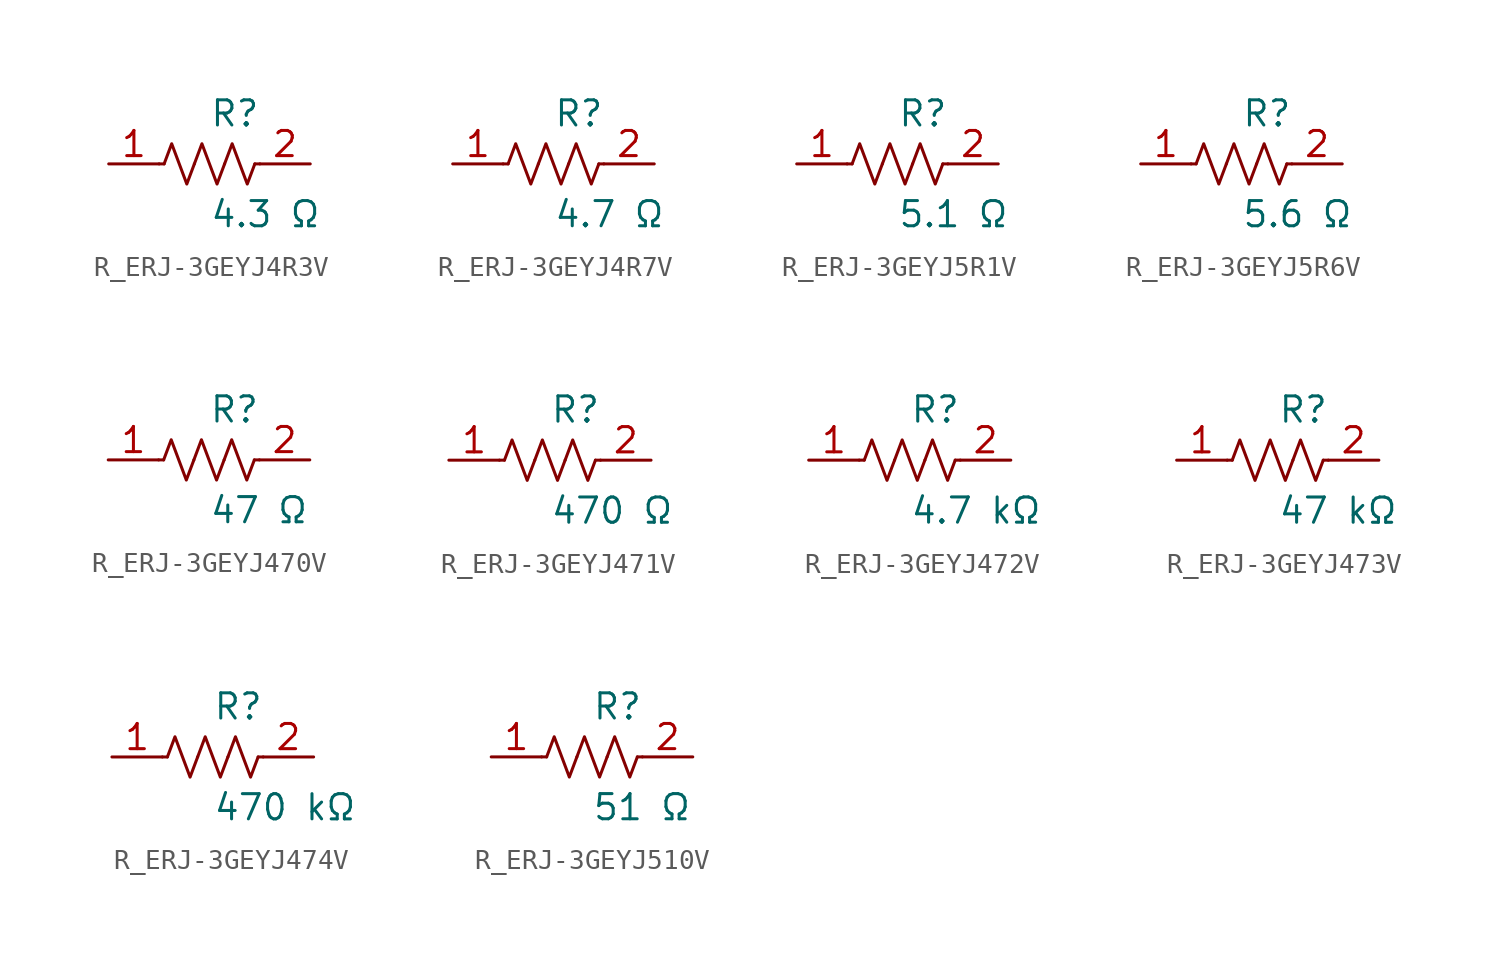
<source format=kicad_sym>
(kicad_symbol_lib
  (version 20231120)
  (generator kicad_symbol_editor)
  (generator_version 8.0)
  (symbol "R_ERJ-3GEYJ4R3V"
    (pin_names
      (offset 0.254))
    (property "Reference" "R"
      (at 0 2.54 0)
      (effects (font (size 1.27 1.27)) (justify left)))
    (property "Value" "4.3 Ω"
      (at 0 -2.54 0)
      (effects (font (size 1.27 1.27)) (justify left)))
    (symbol "R_ERJ-3GEYJ4R3V_0_1"
      (polyline (pts (xy 2.286 0) (xy 2.54 0)) (stroke (width 0) (type default)) (fill (type none)))
      (polyline (pts (xy -2.286 0) (xy -2.54 0)) (stroke (width 0) (type default)) (fill (type none)))
      (polyline (pts (xy 0.762 0) (xy 1.143 1.016) (xy 1.524 0) (xy 1.905 -1.016) (xy 2.286 0)) (stroke (width 0) (type default)) (fill (type none)))
      (polyline (pts (xy -0.762 0) (xy -0.381 1.016) (xy 0 0) (xy 0.381 -1.016) (xy 0.762 0)) (stroke (width 0) (type default)) (fill (type none)))
      (polyline (pts (xy -2.286 0) (xy -1.905 1.016) (xy -1.524 0) (xy -1.143 -1.016) (xy -0.762 0)) (stroke (width 0) (type default)) (fill (type none))))
    (pin passive line
      (at -5.08 0 0)
      (length 2.54)
      (name "" (effects (font (size 1.27 1.27))))
      (number "1" (effects (font (size 1.27 1.27)))))
    (pin passive line
      (at 5.08 0 180)
      (length 2.54)
      (name "" (effects (font (size 1.27 1.27))))
      (number "2" (effects (font (size 1.27 1.27))))))
  (symbol "R_ERJ-3GEYJ4R7V"
    (pin_names
      (offset 0.254))
    (property "Reference" "R"
      (at 0 2.54 0)
      (effects (font (size 1.27 1.27)) (justify left)))
    (property "Value" "4.7 Ω"
      (at 0 -2.54 0)
      (effects (font (size 1.27 1.27)) (justify left)))
    (symbol "R_ERJ-3GEYJ4R7V_0_1"
      (polyline (pts (xy 2.286 0) (xy 2.54 0)) (stroke (width 0) (type default)) (fill (type none)))
      (polyline (pts (xy -2.286 0) (xy -2.54 0)) (stroke (width 0) (type default)) (fill (type none)))
      (polyline (pts (xy 0.762 0) (xy 1.143 1.016) (xy 1.524 0) (xy 1.905 -1.016) (xy 2.286 0)) (stroke (width 0) (type default)) (fill (type none)))
      (polyline (pts (xy -0.762 0) (xy -0.381 1.016) (xy 0 0) (xy 0.381 -1.016) (xy 0.762 0)) (stroke (width 0) (type default)) (fill (type none)))
      (polyline (pts (xy -2.286 0) (xy -1.905 1.016) (xy -1.524 0) (xy -1.143 -1.016) (xy -0.762 0)) (stroke (width 0) (type default)) (fill (type none))))
    (pin passive line
      (at -5.08 0 0)
      (length 2.54)
      (name "" (effects (font (size 1.27 1.27))))
      (number "1" (effects (font (size 1.27 1.27)))))
    (pin passive line
      (at 5.08 0 180)
      (length 2.54)
      (name "" (effects (font (size 1.27 1.27))))
      (number "2" (effects (font (size 1.27 1.27))))))
  (symbol "R_ERJ-3GEYJ5R1V"
    (pin_names
      (offset 0.254))
    (property "Reference" "R"
      (at 0 2.54 0)
      (effects (font (size 1.27 1.27)) (justify left)))
    (property "Value" "5.1 Ω"
      (at 0 -2.54 0)
      (effects (font (size 1.27 1.27)) (justify left)))
    (symbol "R_ERJ-3GEYJ5R1V_0_1"
      (polyline (pts (xy 2.286 0) (xy 2.54 0)) (stroke (width 0) (type default)) (fill (type none)))
      (polyline (pts (xy -2.286 0) (xy -2.54 0)) (stroke (width 0) (type default)) (fill (type none)))
      (polyline (pts (xy 0.762 0) (xy 1.143 1.016) (xy 1.524 0) (xy 1.905 -1.016) (xy 2.286 0)) (stroke (width 0) (type default)) (fill (type none)))
      (polyline (pts (xy -0.762 0) (xy -0.381 1.016) (xy 0 0) (xy 0.381 -1.016) (xy 0.762 0)) (stroke (width 0) (type default)) (fill (type none)))
      (polyline (pts (xy -2.286 0) (xy -1.905 1.016) (xy -1.524 0) (xy -1.143 -1.016) (xy -0.762 0)) (stroke (width 0) (type default)) (fill (type none))))
    (pin passive line
      (at -5.08 0 0)
      (length 2.54)
      (name "" (effects (font (size 1.27 1.27))))
      (number "1" (effects (font (size 1.27 1.27)))))
    (pin passive line
      (at 5.08 0 180)
      (length 2.54)
      (name "" (effects (font (size 1.27 1.27))))
      (number "2" (effects (font (size 1.27 1.27))))))
  (symbol "R_ERJ-3GEYJ5R6V"
    (pin_names
      (offset 0.254))
    (property "Reference" "R"
      (at 0 2.54 0)
      (effects (font (size 1.27 1.27)) (justify left)))
    (property "Value" "5.6 Ω"
      (at 0 -2.54 0)
      (effects (font (size 1.27 1.27)) (justify left)))
    (symbol "R_ERJ-3GEYJ5R6V_0_1"
      (polyline (pts (xy 2.286 0) (xy 2.54 0)) (stroke (width 0) (type default)) (fill (type none)))
      (polyline (pts (xy -2.286 0) (xy -2.54 0)) (stroke (width 0) (type default)) (fill (type none)))
      (polyline (pts (xy 0.762 0) (xy 1.143 1.016) (xy 1.524 0) (xy 1.905 -1.016) (xy 2.286 0)) (stroke (width 0) (type default)) (fill (type none)))
      (polyline (pts (xy -0.762 0) (xy -0.381 1.016) (xy 0 0) (xy 0.381 -1.016) (xy 0.762 0)) (stroke (width 0) (type default)) (fill (type none)))
      (polyline (pts (xy -2.286 0) (xy -1.905 1.016) (xy -1.524 0) (xy -1.143 -1.016) (xy -0.762 0)) (stroke (width 0) (type default)) (fill (type none))))
    (pin passive line
      (at -5.08 0 0)
      (length 2.54)
      (name "" (effects (font (size 1.27 1.27))))
      (number "1" (effects (font (size 1.27 1.27)))))
    (pin passive line
      (at 5.08 0 180)
      (length 2.54)
      (name "" (effects (font (size 1.27 1.27))))
      (number "2" (effects (font (size 1.27 1.27))))))
  (symbol "R_ERJ-3GEYJ470V"
    (pin_names
      (offset 0.254))
    (property "Reference" "R"
      (at 0 2.54 0)
      (effects (font (size 1.27 1.27)) (justify left)))
    (property "Value" "47 Ω"
      (at 0 -2.54 0)
      (effects (font (size 1.27 1.27)) (justify left)))
    (symbol "R_ERJ-3GEYJ470V_0_1"
      (polyline (pts (xy 2.286 0) (xy 2.54 0)) (stroke (width 0) (type default)) (fill (type none)))
      (polyline (pts (xy -2.286 0) (xy -2.54 0)) (stroke (width 0) (type default)) (fill (type none)))
      (polyline (pts (xy 0.762 0) (xy 1.143 1.016) (xy 1.524 0) (xy 1.905 -1.016) (xy 2.286 0)) (stroke (width 0) (type default)) (fill (type none)))
      (polyline (pts (xy -0.762 0) (xy -0.381 1.016) (xy 0 0) (xy 0.381 -1.016) (xy 0.762 0)) (stroke (width 0) (type default)) (fill (type none)))
      (polyline (pts (xy -2.286 0) (xy -1.905 1.016) (xy -1.524 0) (xy -1.143 -1.016) (xy -0.762 0)) (stroke (width 0) (type default)) (fill (type none))))
    (pin passive line
      (at -5.08 0 0)
      (length 2.54)
      (name "" (effects (font (size 1.27 1.27))))
      (number "1" (effects (font (size 1.27 1.27)))))
    (pin passive line
      (at 5.08 0 180)
      (length 2.54)
      (name "" (effects (font (size 1.27 1.27))))
      (number "2" (effects (font (size 1.27 1.27))))))
  (symbol "R_ERJ-3GEYJ471V"
    (pin_names
      (offset 0.254))
    (property "Reference" "R"
      (at 0 2.54 0)
      (effects (font (size 1.27 1.27)) (justify left)))
    (property "Value" "470 Ω"
      (at 0 -2.54 0)
      (effects (font (size 1.27 1.27)) (justify left)))
    (symbol "R_ERJ-3GEYJ471V_0_1"
      (polyline (pts (xy 2.286 0) (xy 2.54 0)) (stroke (width 0) (type default)) (fill (type none)))
      (polyline (pts (xy -2.286 0) (xy -2.54 0)) (stroke (width 0) (type default)) (fill (type none)))
      (polyline (pts (xy 0.762 0) (xy 1.143 1.016) (xy 1.524 0) (xy 1.905 -1.016) (xy 2.286 0)) (stroke (width 0) (type default)) (fill (type none)))
      (polyline (pts (xy -0.762 0) (xy -0.381 1.016) (xy 0 0) (xy 0.381 -1.016) (xy 0.762 0)) (stroke (width 0) (type default)) (fill (type none)))
      (polyline (pts (xy -2.286 0) (xy -1.905 1.016) (xy -1.524 0) (xy -1.143 -1.016) (xy -0.762 0)) (stroke (width 0) (type default)) (fill (type none))))
    (pin passive line
      (at -5.08 0 0)
      (length 2.54)
      (name "" (effects (font (size 1.27 1.27))))
      (number "1" (effects (font (size 1.27 1.27)))))
    (pin passive line
      (at 5.08 0 180)
      (length 2.54)
      (name "" (effects (font (size 1.27 1.27))))
      (number "2" (effects (font (size 1.27 1.27))))))
  (symbol "R_ERJ-3GEYJ472V"
    (pin_names
      (offset 0.254))
    (property "Reference" "R"
      (at 0 2.54 0)
      (effects (font (size 1.27 1.27)) (justify left)))
    (property "Value" "4.7 kΩ"
      (at 0 -2.54 0)
      (effects (font (size 1.27 1.27)) (justify left)))
    (symbol "R_ERJ-3GEYJ472V_0_1"
      (polyline (pts (xy 2.286 0) (xy 2.54 0)) (stroke (width 0) (type default)) (fill (type none)))
      (polyline (pts (xy -2.286 0) (xy -2.54 0)) (stroke (width 0) (type default)) (fill (type none)))
      (polyline (pts (xy 0.762 0) (xy 1.143 1.016) (xy 1.524 0) (xy 1.905 -1.016) (xy 2.286 0)) (stroke (width 0) (type default)) (fill (type none)))
      (polyline (pts (xy -0.762 0) (xy -0.381 1.016) (xy 0 0) (xy 0.381 -1.016) (xy 0.762 0)) (stroke (width 0) (type default)) (fill (type none)))
      (polyline (pts (xy -2.286 0) (xy -1.905 1.016) (xy -1.524 0) (xy -1.143 -1.016) (xy -0.762 0)) (stroke (width 0) (type default)) (fill (type none))))
    (pin passive line
      (at -5.08 0 0)
      (length 2.54)
      (name "" (effects (font (size 1.27 1.27))))
      (number "1" (effects (font (size 1.27 1.27)))))
    (pin passive line
      (at 5.08 0 180)
      (length 2.54)
      (name "" (effects (font (size 1.27 1.27))))
      (number "2" (effects (font (size 1.27 1.27))))))
  (symbol "R_ERJ-3GEYJ473V"
    (pin_names
      (offset 0.254))
    (property "Reference" "R"
      (at 0 2.54 0)
      (effects (font (size 1.27 1.27)) (justify left)))
    (property "Value" "47 kΩ"
      (at 0 -2.54 0)
      (effects (font (size 1.27 1.27)) (justify left)))
    (symbol "R_ERJ-3GEYJ473V_0_1"
      (polyline (pts (xy 2.286 0) (xy 2.54 0)) (stroke (width 0) (type default)) (fill (type none)))
      (polyline (pts (xy -2.286 0) (xy -2.54 0)) (stroke (width 0) (type default)) (fill (type none)))
      (polyline (pts (xy 0.762 0) (xy 1.143 1.016) (xy 1.524 0) (xy 1.905 -1.016) (xy 2.286 0)) (stroke (width 0) (type default)) (fill (type none)))
      (polyline (pts (xy -0.762 0) (xy -0.381 1.016) (xy 0 0) (xy 0.381 -1.016) (xy 0.762 0)) (stroke (width 0) (type default)) (fill (type none)))
      (polyline (pts (xy -2.286 0) (xy -1.905 1.016) (xy -1.524 0) (xy -1.143 -1.016) (xy -0.762 0)) (stroke (width 0) (type default)) (fill (type none))))
    (pin passive line
      (at -5.08 0 0)
      (length 2.54)
      (name "" (effects (font (size 1.27 1.27))))
      (number "1" (effects (font (size 1.27 1.27)))))
    (pin passive line
      (at 5.08 0 180)
      (length 2.54)
      (name "" (effects (font (size 1.27 1.27))))
      (number "2" (effects (font (size 1.27 1.27))))))
  (symbol "R_ERJ-3GEYJ474V"
    (pin_names
      (offset 0.254))
    (property "Reference" "R"
      (at 0 2.54 0)
      (effects (font (size 1.27 1.27)) (justify left)))
    (property "Value" "470 kΩ"
      (at 0 -2.54 0)
      (effects (font (size 1.27 1.27)) (justify left)))
    (symbol "R_ERJ-3GEYJ474V_0_1"
      (polyline (pts (xy 2.286 0) (xy 2.54 0)) (stroke (width 0) (type default)) (fill (type none)))
      (polyline (pts (xy -2.286 0) (xy -2.54 0)) (stroke (width 0) (type default)) (fill (type none)))
      (polyline (pts (xy 0.762 0) (xy 1.143 1.016) (xy 1.524 0) (xy 1.905 -1.016) (xy 2.286 0)) (stroke (width 0) (type default)) (fill (type none)))
      (polyline (pts (xy -0.762 0) (xy -0.381 1.016) (xy 0 0) (xy 0.381 -1.016) (xy 0.762 0)) (stroke (width 0) (type default)) (fill (type none)))
      (polyline (pts (xy -2.286 0) (xy -1.905 1.016) (xy -1.524 0) (xy -1.143 -1.016) (xy -0.762 0)) (stroke (width 0) (type default)) (fill (type none))))
    (pin passive line
      (at -5.08 0 0)
      (length 2.54)
      (name "" (effects (font (size 1.27 1.27))))
      (number "1" (effects (font (size 1.27 1.27)))))
    (pin passive line
      (at 5.08 0 180)
      (length 2.54)
      (name "" (effects (font (size 1.27 1.27))))
      (number "2" (effects (font (size 1.27 1.27))))))
  (symbol "R_ERJ-3GEYJ510V"
    (pin_names
      (offset 0.254))
    (property "Reference" "R"
      (at 0 2.54 0)
      (effects (font (size 1.27 1.27)) (justify left)))
    (property "Value" "51 Ω"
      (at 0 -2.54 0)
      (effects (font (size 1.27 1.27)) (justify left)))
    (symbol "R_ERJ-3GEYJ510V_0_1"
      (polyline (pts (xy 2.286 0) (xy 2.54 0)) (stroke (width 0) (type default)) (fill (type none)))
      (polyline (pts (xy -2.286 0) (xy -2.54 0)) (stroke (width 0) (type default)) (fill (type none)))
      (polyline (pts (xy 0.762 0) (xy 1.143 1.016) (xy 1.524 0) (xy 1.905 -1.016) (xy 2.286 0)) (stroke (width 0) (type default)) (fill (type none)))
      (polyline (pts (xy -0.762 0) (xy -0.381 1.016) (xy 0 0) (xy 0.381 -1.016) (xy 0.762 0)) (stroke (width 0) (type default)) (fill (type none)))
      (polyline (pts (xy -2.286 0) (xy -1.905 1.016) (xy -1.524 0) (xy -1.143 -1.016) (xy -0.762 0)) (stroke (width 0) (type default)) (fill (type none))))
    (pin passive line
      (at -5.08 0 0)
      (length 2.54)
      (name "" (effects (font (size 1.27 1.27))))
      (number "1" (effects (font (size 1.27 1.27)))))
    (pin passive line
      (at 5.08 0 180)
      (length 2.54)
      (name "" (effects (font (size 1.27 1.27))))
      (number "2" (effects (font (size 1.27 1.27)))))))
</source>
